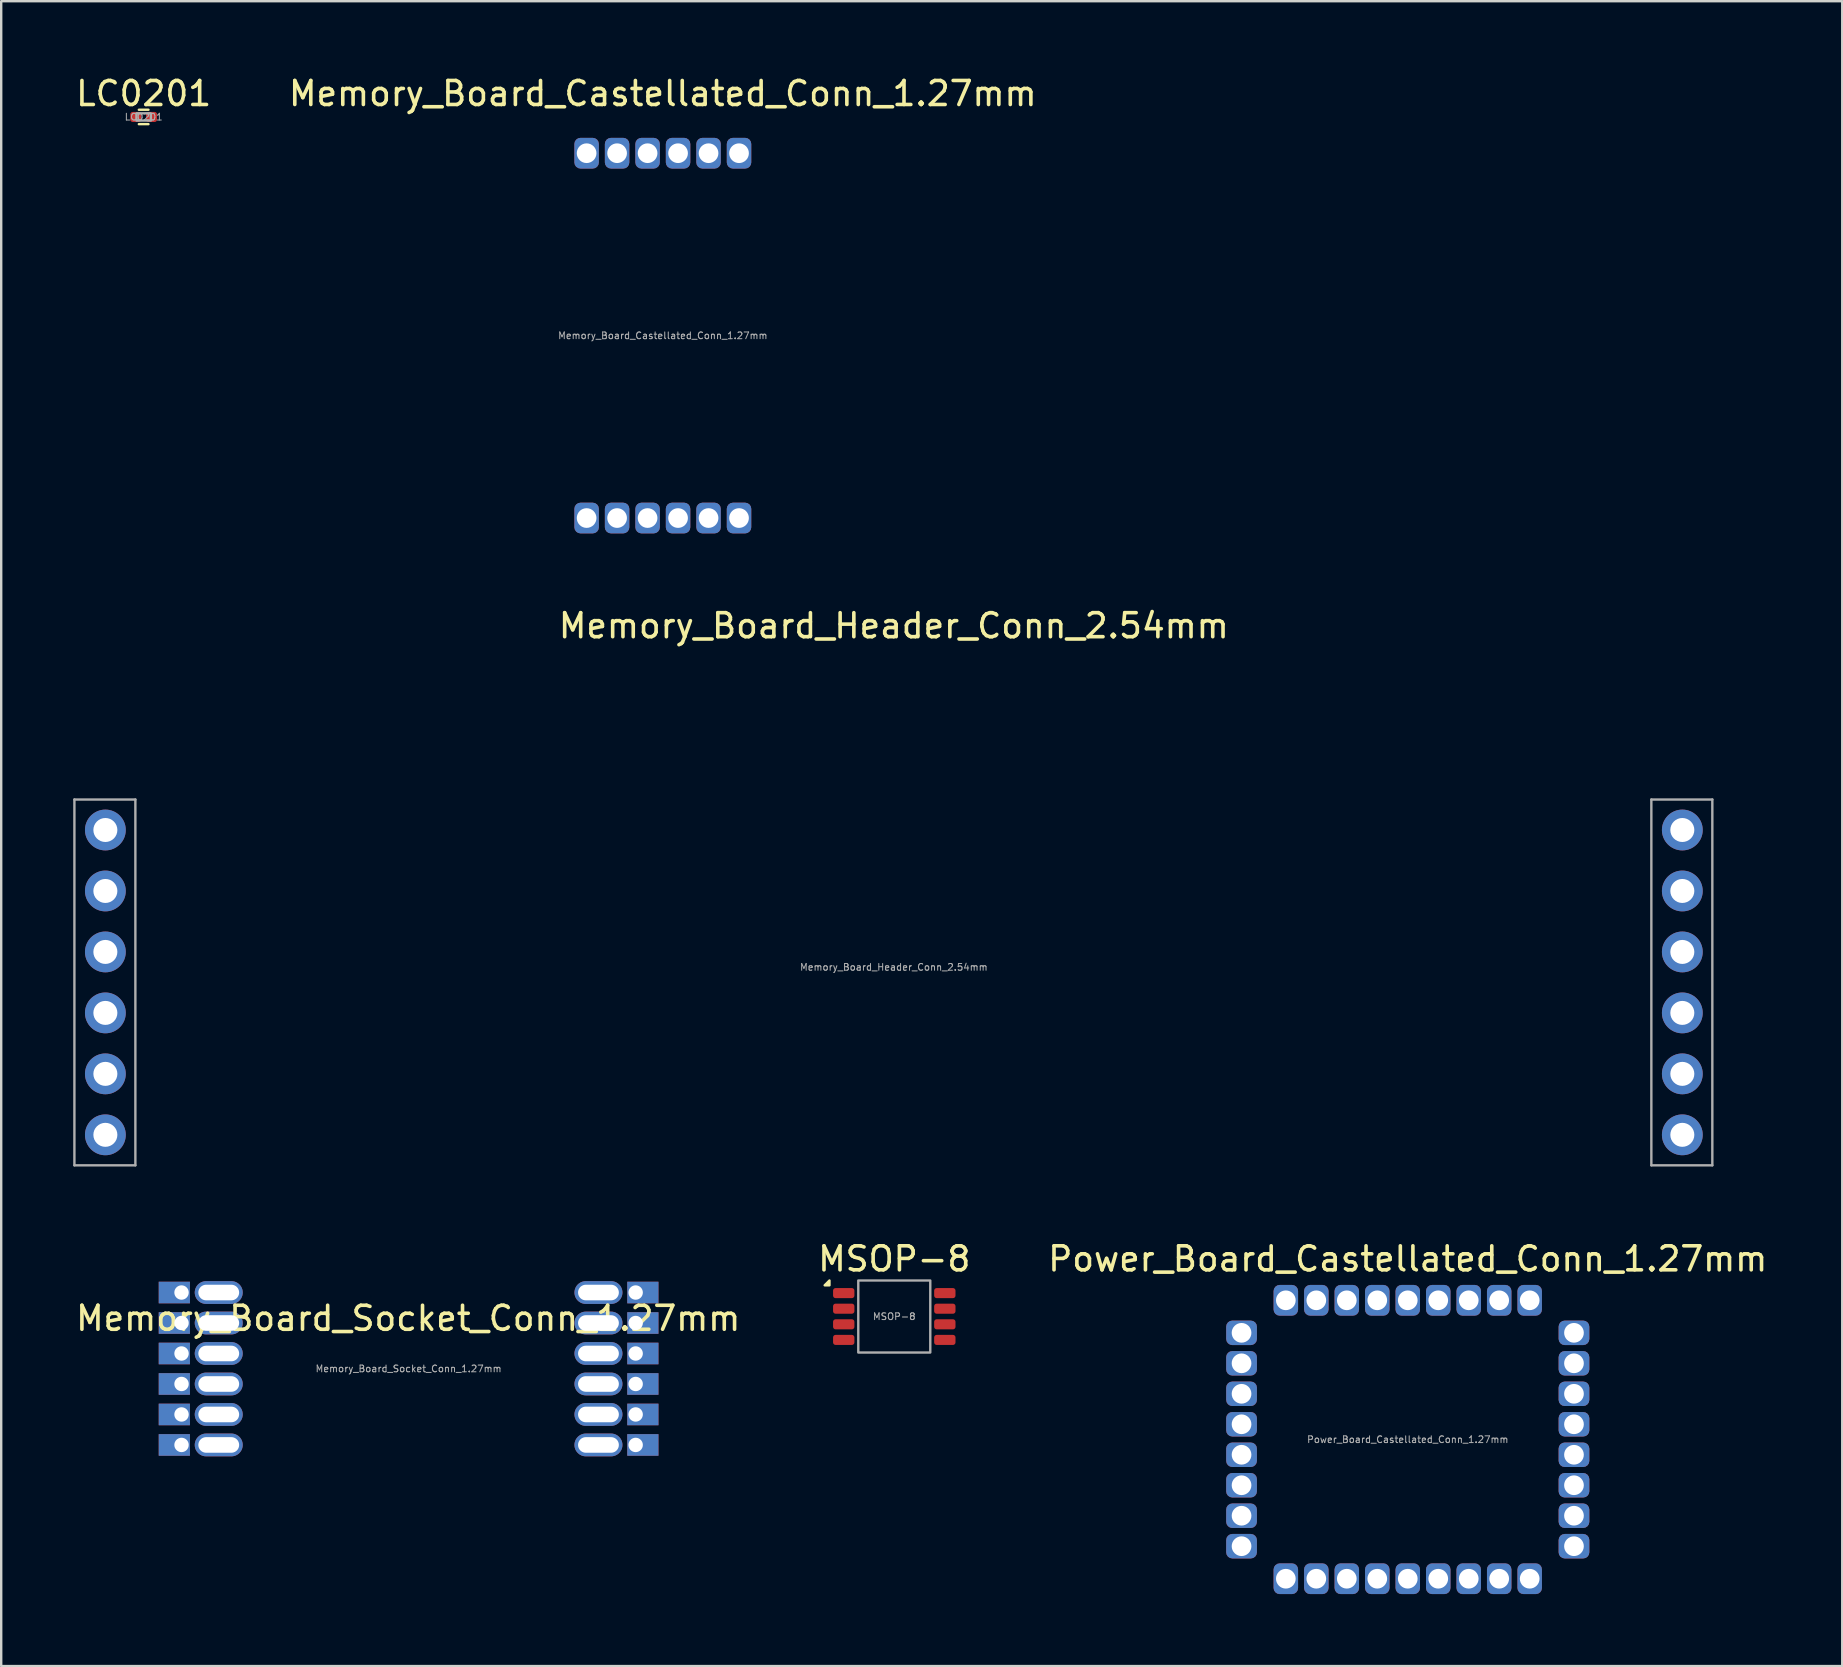
<source format=kicad_pcb>
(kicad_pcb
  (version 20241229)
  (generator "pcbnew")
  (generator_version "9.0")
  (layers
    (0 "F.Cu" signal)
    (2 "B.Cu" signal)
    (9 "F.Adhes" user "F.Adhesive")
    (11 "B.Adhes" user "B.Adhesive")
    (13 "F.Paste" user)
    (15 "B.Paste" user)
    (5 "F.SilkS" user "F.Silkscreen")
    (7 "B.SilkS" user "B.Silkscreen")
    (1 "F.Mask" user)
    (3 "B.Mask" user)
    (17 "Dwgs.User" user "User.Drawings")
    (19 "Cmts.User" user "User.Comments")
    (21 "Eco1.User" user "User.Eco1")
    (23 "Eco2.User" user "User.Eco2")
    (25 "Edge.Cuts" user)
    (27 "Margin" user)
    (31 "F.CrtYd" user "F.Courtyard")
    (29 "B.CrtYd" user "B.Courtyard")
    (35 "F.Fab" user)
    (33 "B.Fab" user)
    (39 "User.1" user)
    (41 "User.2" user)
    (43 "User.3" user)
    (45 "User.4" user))
  (footprint "Power_Board_Castellated_Conn_1.27mm"
    (layer "F.Cu")
    (at 55.601 56.924)
    (property "Reference" "Power_Board_Castellated_Conn_1.27mm" (at 0 -7.525 0) (unlocked yes) (layer "F.SilkS") (effects (font (size 1 1) (thickness 0.15))))
    (attr smd)
    (fp_rect (start -6.925 5.8) (end 6.925 -5.8) (stroke (width 0.1) (type default)) (fill no) (layer "User.1"))
    (fp_text user "${REFERENCE}" (at 0 0 0) (unlocked yes) (layer "F.Fab") (effects (font (size 0.28 0.28) (thickness 0.042))))
    (pad "1" thru_hole roundrect (at -6.925 -4.445 270) (size 1.02 1.28) (drill 0.82) (property pad_prop_castellated) (layers "*.Cu" "*.Mask") (roundrect_rratio 0.25))
    (pad "2" thru_hole roundrect (at -6.925 -3.175 270) (size 1.02 1.28) (drill 0.82) (property pad_prop_castellated) (layers "*.Cu" "*.Mask") (roundrect_rratio 0.25))
    (pad "3" thru_hole roundrect (at -6.925 -1.905 270) (size 1.02 1.28) (drill 0.82) (property pad_prop_castellated) (layers "*.Cu" "*.Mask") (roundrect_rratio 0.25))
    (pad "4" thru_hole roundrect (at -6.925 -0.635 270) (size 1.02 1.28) (drill 0.82) (property pad_prop_castellated) (layers "*.Cu" "*.Mask") (roundrect_rratio 0.25))
    (pad "5" thru_hole roundrect (at -6.925 0.635 270) (size 1.02 1.28) (drill 0.82) (property pad_prop_castellated) (layers "*.Cu" "*.Mask") (roundrect_rratio 0.25))
    (pad "6" thru_hole roundrect (at -6.925 1.905 270) (size 1.02 1.28) (drill 0.82) (property pad_prop_castellated) (layers "*.Cu" "*.Mask") (roundrect_rratio 0.25))
    (pad "7" thru_hole roundrect (at -6.925 3.175 270) (size 1.02 1.28) (drill 0.82) (property pad_prop_castellated) (layers "*.Cu" "*.Mask") (roundrect_rratio 0.25))
    (pad "8" thru_hole roundrect (at -6.925 4.445 270) (size 1.02 1.28) (drill 0.82) (property pad_prop_castellated) (layers "*.Cu" "*.Mask") (roundrect_rratio 0.25))
    (pad "9" thru_hole roundrect (at -5.08 5.8 180) (size 1.02 1.28) (drill 0.82) (property pad_prop_castellated) (layers "*.Cu" "*.Mask") (roundrect_rratio 0.25))
    (pad "10" thru_hole roundrect (at -3.81 5.8 180) (size 1.02 1.28) (drill 0.82) (property pad_prop_castellated) (layers "*.Cu" "*.Mask") (roundrect_rratio 0.25))
    (pad "11" thru_hole roundrect (at -2.54 5.8 180) (size 1.02 1.28) (drill 0.82) (property pad_prop_castellated) (layers "*.Cu" "*.Mask") (roundrect_rratio 0.25))
    (pad "12" thru_hole roundrect (at -1.27 5.8 180) (size 1.02 1.28) (drill 0.82) (property pad_prop_castellated) (layers "*.Cu" "*.Mask") (roundrect_rratio 0.25))
    (pad "13" thru_hole roundrect (at 0 5.8 180) (size 1.02 1.28) (drill 0.82) (property pad_prop_castellated) (layers "*.Cu" "*.Mask") (roundrect_rratio 0.25))
    (pad "14" thru_hole roundrect (at 1.27 5.8 180) (size 1.02 1.28) (drill 0.82) (property pad_prop_castellated) (layers "*.Cu" "*.Mask") (roundrect_rratio 0.25))
    (pad "15" thru_hole roundrect (at 2.54 5.8 180) (size 1.02 1.28) (drill 0.82) (property pad_prop_castellated) (layers "*.Cu" "*.Mask") (roundrect_rratio 0.25))
    (pad "16" thru_hole roundrect (at 3.81 5.8 180) (size 1.02 1.28) (drill 0.82) (property pad_prop_castellated) (layers "*.Cu" "*.Mask") (roundrect_rratio 0.25))
    (pad "17" thru_hole roundrect (at 5.08 5.8 180) (size 1.02 1.28) (drill 0.82) (property pad_prop_castellated) (layers "*.Cu" "*.Mask") (roundrect_rratio 0.25))
    (pad "18" thru_hole roundrect (at 6.925 4.445 270) (size 1.02 1.28) (drill 0.82) (property pad_prop_castellated) (layers "*.Cu" "*.Mask") (roundrect_rratio 0.25))
    (pad "19" thru_hole roundrect (at 6.925 3.175 270) (size 1.02 1.28) (drill 0.82) (property pad_prop_castellated) (layers "*.Cu" "*.Mask") (roundrect_rratio 0.25))
    (pad "20" thru_hole roundrect (at 6.925 1.905 270) (size 1.02 1.28) (drill 0.82) (property pad_prop_castellated) (layers "*.Cu" "*.Mask") (roundrect_rratio 0.25))
    (pad "21" thru_hole roundrect (at 6.925 0.635 270) (size 1.02 1.28) (drill 0.82) (property pad_prop_castellated) (layers "*.Cu" "*.Mask") (roundrect_rratio 0.25))
    (pad "22" thru_hole roundrect (at 6.925 -0.635 270) (size 1.02 1.28) (drill 0.82) (property pad_prop_castellated) (layers "*.Cu" "*.Mask") (roundrect_rratio 0.25))
    (pad "23" thru_hole roundrect (at 6.925 -1.905 270) (size 1.02 1.28) (drill 0.82) (property pad_prop_castellated) (layers "*.Cu" "*.Mask") (roundrect_rratio 0.25))
    (pad "24" thru_hole roundrect (at 6.925 -3.175 270) (size 1.02 1.28) (drill 0.82) (property pad_prop_castellated) (layers "*.Cu" "*.Mask") (roundrect_rratio 0.25))
    (pad "25" thru_hole roundrect (at 6.925 -4.445 270) (size 1.02 1.28) (drill 0.82) (property pad_prop_castellated) (layers "*.Cu" "*.Mask") (roundrect_rratio 0.25))
    (pad "26" thru_hole roundrect (at 5.08 -5.8 180) (size 1.02 1.28) (drill 0.82) (property pad_prop_castellated) (layers "*.Cu" "*.Mask") (roundrect_rratio 0.25))
    (pad "27" thru_hole roundrect (at 3.81 -5.8 180) (size 1.02 1.28) (drill 0.82) (property pad_prop_castellated) (layers "*.Cu" "*.Mask") (roundrect_rratio 0.25))
    (pad "28" thru_hole roundrect (at 2.54 -5.8 180) (size 1.02 1.28) (drill 0.82) (property pad_prop_castellated) (layers "*.Cu" "*.Mask") (roundrect_rratio 0.25))
    (pad "29" thru_hole roundrect (at 1.27 -5.8 180) (size 1.02 1.28) (drill 0.82) (property pad_prop_castellated) (layers "*.Cu" "*.Mask") (roundrect_rratio 0.25))
    (pad "30" thru_hole roundrect (at 0 -5.8 180) (size 1.02 1.28) (drill 0.82) (property pad_prop_castellated) (layers "*.Cu" "*.Mask") (roundrect_rratio 0.25))
    (pad "31" thru_hole roundrect (at -1.27 -5.8 180) (size 1.02 1.28) (drill 0.82) (property pad_prop_castellated) (layers "*.Cu" "*.Mask") (roundrect_rratio 0.25))
    (pad "32" thru_hole roundrect (at -2.54 -5.8 180) (size 1.02 1.28) (drill 0.82) (property pad_prop_castellated) (layers "*.Cu" "*.Mask") (roundrect_rratio 0.25))
    (pad "33" thru_hole roundrect (at -3.81 -5.8 180) (size 1.02 1.28) (drill 0.82) (property pad_prop_castellated) (layers "*.Cu" "*.Mask") (roundrect_rratio 0.25))
    (pad "34" thru_hole roundrect (at -5.08 -5.8 180) (size 1.02 1.28) (drill 0.82) (property pad_prop_castellated) (layers "*.Cu" "*.Mask") (roundrect_rratio 0.25)))
  (footprint "MSOP-8"
    (layer "F.Cu")
    (at 34.208 51.799)
    (property "Reference" "MSOP-8" (at 0 -2.4 0) (unlocked yes) (layer "F.SilkS") (effects (font (size 1 1) (thickness 0.15))))
    (attr smd)
    (fp_poly (pts (xy -2.7 -1.3) (xy -2.7 -1.5) (xy -2.9 -1.3)) (stroke (width 0.1) (type solid)) (fill yes) (layer "F.SilkS"))
    (fp_rect (start -1.5 -1.5) (end 1.5 1.5) (stroke (width 0.1) (type solid)) (fill no) (layer "F.Fab"))
    (fp_text user "${REFERENCE}" (at 0 0 0) (unlocked yes) (layer "F.Fab") (effects (font (size 0.28 0.28) (thickness 0.042))))
    (pad "1" smd roundrect (at -2.106 -0.975) (size 0.889 0.42) (layers "F.Cu" "F.Mask" "F.Paste") (roundrect_rratio 0.25))
    (pad "2" smd roundrect (at -2.106 -0.326) (size 0.889 0.42) (layers "F.Cu" "F.Mask" "F.Paste") (roundrect_rratio 0.25))
    (pad "3" smd roundrect (at -2.106 0.325) (size 0.889 0.42) (layers "F.Cu" "F.Mask" "F.Paste") (roundrect_rratio 0.25))
    (pad "4" smd roundrect (at -2.106 0.975) (size 0.889 0.42) (layers "F.Cu" "F.Mask" "F.Paste") (roundrect_rratio 0.25))
    (pad "5" smd roundrect (at 2.106 0.975) (size 0.889 0.42) (layers "F.Cu" "F.Mask" "F.Paste") (roundrect_rratio 0.25))
    (pad "6" smd roundrect (at 2.106 0.325) (size 0.889 0.42) (layers "F.Cu" "F.Mask" "F.Paste") (roundrect_rratio 0.25))
    (pad "7" smd roundrect (at 2.106 -0.325) (size 0.889 0.42) (layers "F.Cu" "F.Mask" "F.Paste") (roundrect_rratio 0.25))
    (pad "8" smd roundrect (at 2.106 -0.975) (size 0.889 0.42) (layers "F.Cu" "F.Mask" "F.Paste") (roundrect_rratio 0.25)))
  (footprint "LC0201"
    (layer "F.Cu")
    (at 2.935 1.823)
    (property "Reference" "LC0201" (at 0 -0.975 0) (unlocked yes) (layer "F.SilkS") (effects (font (size 1 1) (thickness 0.15))))
    (attr smd)
    (fp_line (start -0.2 -0.3) (end 0.2 -0.3) (stroke (width 0.1) (type default)) (layer "F.SilkS"))
    (fp_line (start -0.2 0.3) (end 0.2 0.3) (stroke (width 0.1) (type default)) (layer "F.SilkS"))
    (fp_rect (start -0.3 -0.15) (end 0.3 0.15) (stroke (width 0.1) (type solid)) (fill no) (layer "F.Fab"))
    (fp_text user "${REFERENCE}" (at 0 0 0) (unlocked yes) (layer "F.Fab") (effects (font (size 0.28 0.28) (thickness 0.042))))
    (pad "1" smd roundrect (at -0.33 0) (size 0.46 0.42) (layers "F.Cu" "F.Mask" "F.Paste") (roundrect_rratio 0.25))
    (pad "2" smd roundrect (at 0.33 0) (size 0.46 0.42) (layers "F.Cu" "F.Mask" "F.Paste") (roundrect_rratio 0.25)))
  (footprint "Memory_Board_Header_Conn_2.54mm"
    (layer "F.Cu")
    (at 34.19 37.88)
    (property "Reference" "Memory_Board_Header_Conn_2.54mm" (at 0 -14.859 0) (unlocked yes) (layer "F.SilkS") (effects (font (size 1 1) (thickness 0.15))))
    (attr smd)
    (fp_line (start -34.14 -7.62) (end -31.6 -7.62) (stroke (width 0.1) (type solid)) (layer "F.Fab"))
    (fp_line (start -34.14 7.62) (end -34.14 -7.62) (stroke (width 0.1) (type solid)) (layer "F.Fab"))
    (fp_line (start -31.6 -7.62) (end -31.6 7.62) (stroke (width 0.1) (type solid)) (layer "F.Fab"))
    (fp_line (start -31.6 7.62) (end -34.14 7.62) (stroke (width 0.1) (type solid)) (layer "F.Fab"))
    (fp_line (start 31.56 -7.62) (end 34.1 -7.62) (stroke (width 0.1) (type solid)) (layer "F.Fab"))
    (fp_line (start 31.56 7.62) (end 31.56 -7.62) (stroke (width 0.1) (type solid)) (layer "F.Fab"))
    (fp_line (start 34.1 -7.62) (end 34.1 7.62) (stroke (width 0.1) (type solid)) (layer "F.Fab"))
    (fp_line (start 34.1 7.62) (end 31.56 7.62) (stroke (width 0.1) (type solid)) (layer "F.Fab"))
    (fp_text user "${REFERENCE}" (at 0 -0.635 0) (unlocked yes) (layer "F.Fab") (effects (font (size 0.28 0.28) (thickness 0.042))))
    (pad "1" thru_hole oval (at -32.85 -6.35) (size 1.7 1.7) (drill 1) (layers "*.Cu" "*.Mask"))
    (pad "2" thru_hole oval (at -32.85 -3.81) (size 1.7 1.7) (drill 1) (layers "*.Cu" "*.Mask"))
    (pad "3" thru_hole oval (at -32.85 -1.27) (size 1.7 1.7) (drill 1) (layers "*.Cu" "*.Mask"))
    (pad "4" thru_hole oval (at -32.85 1.27) (size 1.7 1.7) (drill 1) (layers "*.Cu" "*.Mask"))
    (pad "5" thru_hole oval (at -32.85 3.81) (size 1.7 1.7) (drill 1) (layers "*.Cu" "*.Mask"))
    (pad "6" thru_hole oval (at -32.85 6.35) (size 1.7 1.7) (drill 1) (layers "*.Cu" "*.Mask"))
    (pad "7" thru_hole oval (at 32.85 6.35) (size 1.7 1.7) (drill 1) (layers "*.Cu" "*.Mask"))
    (pad "8" thru_hole oval (at 32.85 3.81) (size 1.7 1.7) (drill 1) (layers "*.Cu" "*.Mask"))
    (pad "9" thru_hole oval (at 32.85 1.27) (size 1.7 1.7) (drill 1) (layers "*.Cu" "*.Mask"))
    (pad "10" thru_hole oval (at 32.85 -1.27) (size 1.7 1.7) (drill 1) (layers "*.Cu" "*.Mask"))
    (pad "11" thru_hole oval (at 32.85 -3.81) (size 1.7 1.7) (drill 1) (layers "*.Cu" "*.Mask"))
    (pad "12" thru_hole oval (at 32.85 -6.35) (size 1.7 1.7) (drill 1) (layers "*.Cu" "*.Mask")))
  (footprint "Memory_Board_Socket_Conn_1.27mm"
    (layer "F.Cu")
    (at 13.973 53.975)
    (property "Reference" "Memory_Board_Socket_Conn_1.27mm" (at -0.015 -2.1 0) (unlocked yes) (layer "F.SilkS") (effects (font (size 1 1) (thickness 0.15))))
    (attr smd)
    (fp_rect (start -7.6 -5.4) (end 7.6 5.4) (stroke (width 0.05) (type default)) (fill no) (layer "User.1"))
    (fp_text user "${REFERENCE}" (at 0 0 0) (unlocked yes) (layer "F.Fab") (effects (font (size 0.28 0.28) (thickness 0.042))))
    (pad "1" thru_hole rect (at -9.46 -3.175) (size 1.3 0.9) (drill 0.6 (offset -0.3 0)) (layers "*.Cu" "*.Mask"))
    (pad "1" thru_hole oval (at -7.91 -3.175) (size 2 0.95) (drill oval 1.7 0.65) (layers "*.Cu" "*.Mask"))
    (pad "2" thru_hole rect (at -9.46 -1.905) (size 1.3 0.9) (drill 0.6 (offset -0.3 0)) (layers "*.Cu" "*.Mask"))
    (pad "2" thru_hole oval (at -7.91 -1.905) (size 2 0.95) (drill oval 1.7 0.65) (layers "*.Cu" "*.Mask"))
    (pad "3" thru_hole rect (at -9.46 -0.635) (size 1.3 0.9) (drill 0.6 (offset -0.3 0)) (layers "*.Cu" "*.Mask"))
    (pad "3" thru_hole oval (at -7.91 -0.635) (size 2 0.95) (drill oval 1.7 0.65) (layers "*.Cu" "*.Mask"))
    (pad "4" thru_hole rect (at -9.46 0.635) (size 1.3 0.9) (drill 0.6 (offset -0.3 0)) (layers "*.Cu" "*.Mask"))
    (pad "4" thru_hole oval (at -7.91 0.635) (size 2 0.95) (drill oval 1.7 0.65) (layers "*.Cu" "*.Mask"))
    (pad "5" thru_hole rect (at -9.46 1.905) (size 1.3 0.9) (drill 0.6 (offset -0.3 0)) (layers "*.Cu" "*.Mask"))
    (pad "5" thru_hole oval (at -7.91 1.905) (size 2 0.95) (drill oval 1.7 0.65) (layers "*.Cu" "*.Mask"))
    (pad "6" thru_hole rect (at -9.46 3.175) (size 1.3 0.9) (drill 0.6 (offset -0.3 0)) (layers "*.Cu" "*.Mask"))
    (pad "6" thru_hole oval (at -7.91 3.175) (size 2 0.95) (drill oval 1.7 0.65) (layers "*.Cu" "*.Mask"))
    (pad "7" thru_hole oval (at 7.91 3.175 180) (size 2 0.95) (drill oval 1.7 0.65) (layers "*.Cu" "*.Mask"))
    (pad "7" thru_hole rect (at 9.46 3.175 180) (size 1.3 0.9) (drill 0.6 (offset -0.3 0)) (layers "*.Cu" "*.Mask"))
    (pad "8" thru_hole oval (at 7.91 1.905 180) (size 2 0.95) (drill oval 1.7 0.65) (layers "*.Cu" "*.Mask"))
    (pad "8" thru_hole rect (at 9.46 1.905 180) (size 1.3 0.9) (drill 0.6 (offset -0.3 0)) (layers "*.Cu" "*.Mask"))
    (pad "9" thru_hole oval (at 7.91 0.635 180) (size 2 0.95) (drill oval 1.7 0.65) (layers "*.Cu" "*.Mask"))
    (pad "9" thru_hole rect (at 9.46 0.635 180) (size 1.3 0.9) (drill 0.6 (offset -0.3 0)) (layers "*.Cu" "*.Mask"))
    (pad "10" thru_hole oval (at 7.91 -0.635 180) (size 2 0.95) (drill oval 1.7 0.65) (layers "*.Cu" "*.Mask"))
    (pad "10" thru_hole rect (at 9.46 -0.635 180) (size 1.3 0.9) (drill 0.6 (offset -0.3 0)) (layers "*.Cu" "*.Mask"))
    (pad "11" thru_hole oval (at 7.91 -1.905 180) (size 2 0.95) (drill oval 1.7 0.65) (layers "*.Cu" "*.Mask"))
    (pad "11" thru_hole rect (at 9.46 -1.905 180) (size 1.3 0.9) (drill 0.6 (offset -0.3 0)) (layers "*.Cu" "*.Mask"))
    (pad "12" thru_hole oval (at 7.91 -3.175 180) (size 2 0.95) (drill oval 1.7 0.65) (layers "*.Cu" "*.Mask"))
    (pad "12" thru_hole rect (at 9.46 -3.175 180) (size 1.3 0.9) (drill 0.6 (offset -0.3 0)) (layers "*.Cu" "*.Mask")))
  (footprint "Memory_Board_Castellated_Conn_1.27mm"
    (layer "F.Cu")
    (at 24.565 10.933)
    (property "Reference" "Memory_Board_Castellated_Conn_1.27mm" (at 0 -10.085 0) (unlocked yes) (layer "F.SilkS") (effects (font (size 1 1) (thickness 0.15))))
    (attr smd)
    (fp_rect (start -5.4 7.6) (end 5.4 -7.6) (stroke (width 0.05) (type default)) (fill no) (layer "User.1"))
    (fp_text user "${REFERENCE}" (at 0 0 0) (unlocked yes) (layer "F.Fab") (effects (font (size 0.28 0.28) (thickness 0.042))))
    (pad "1" thru_hole roundrect (at -3.175 7.6 180) (size 1.02 1.28) (drill 0.82) (property pad_prop_castellated) (layers "*.Cu" "*.Mask") (roundrect_rratio 0.25))
    (pad "2" thru_hole roundrect (at -1.905 7.6 180) (size 1.02 1.28) (drill 0.82) (property pad_prop_castellated) (layers "*.Cu" "*.Mask") (roundrect_rratio 0.25))
    (pad "3" thru_hole roundrect (at -0.635 7.6 180) (size 1.02 1.28) (drill 0.82) (property pad_prop_castellated) (layers "*.Cu" "*.Mask") (roundrect_rratio 0.25))
    (pad "4" thru_hole roundrect (at 0.635 7.6 180) (size 1.02 1.28) (drill 0.82) (property pad_prop_castellated) (layers "*.Cu" "*.Mask") (roundrect_rratio 0.25))
    (pad "5" thru_hole roundrect (at 1.905 7.6 180) (size 1.02 1.28) (drill 0.82) (property pad_prop_castellated) (layers "*.Cu" "*.Mask") (roundrect_rratio 0.25))
    (pad "6" thru_hole roundrect (at 3.175 7.6 180) (size 1.02 1.28) (drill 0.82) (property pad_prop_castellated) (layers "*.Cu" "*.Mask") (roundrect_rratio 0.25))
    (pad "7" thru_hole roundrect (at 3.175 -7.6 180) (size 1.02 1.28) (drill 0.82) (property pad_prop_castellated) (layers "*.Cu" "*.Mask") (roundrect_rratio 0.25))
    (pad "8" thru_hole roundrect (at 1.905 -7.6 180) (size 1.02 1.28) (drill 0.82) (property pad_prop_castellated) (layers "*.Cu" "*.Mask") (roundrect_rratio 0.25))
    (pad "9" thru_hole roundrect (at 0.635 -7.6 180) (size 1.02 1.28) (drill 0.82) (property pad_prop_castellated) (layers "*.Cu" "*.Mask") (roundrect_rratio 0.25))
    (pad "10" thru_hole roundrect (at -0.635 -7.6 180) (size 1.02 1.28) (drill 0.82) (property pad_prop_castellated) (layers "*.Cu" "*.Mask") (roundrect_rratio 0.25))
    (pad "11" thru_hole roundrect (at -1.905 -7.6 180) (size 1.02 1.28) (drill 0.82) (property pad_prop_castellated) (layers "*.Cu" "*.Mask") (roundrect_rratio 0.25))
    (pad "12" thru_hole roundrect (at -3.175 -7.6 180) (size 1.02 1.28) (drill 0.82) (property pad_prop_castellated) (layers "*.Cu" "*.Mask") (roundrect_rratio 0.25)))
  (gr_rect
    (start -3 -3)
    (end 73.702 66.364)
    (stroke (width 0.1) (type default))
    (fill no)
    (layer "Edge.Cuts")))
</source>
